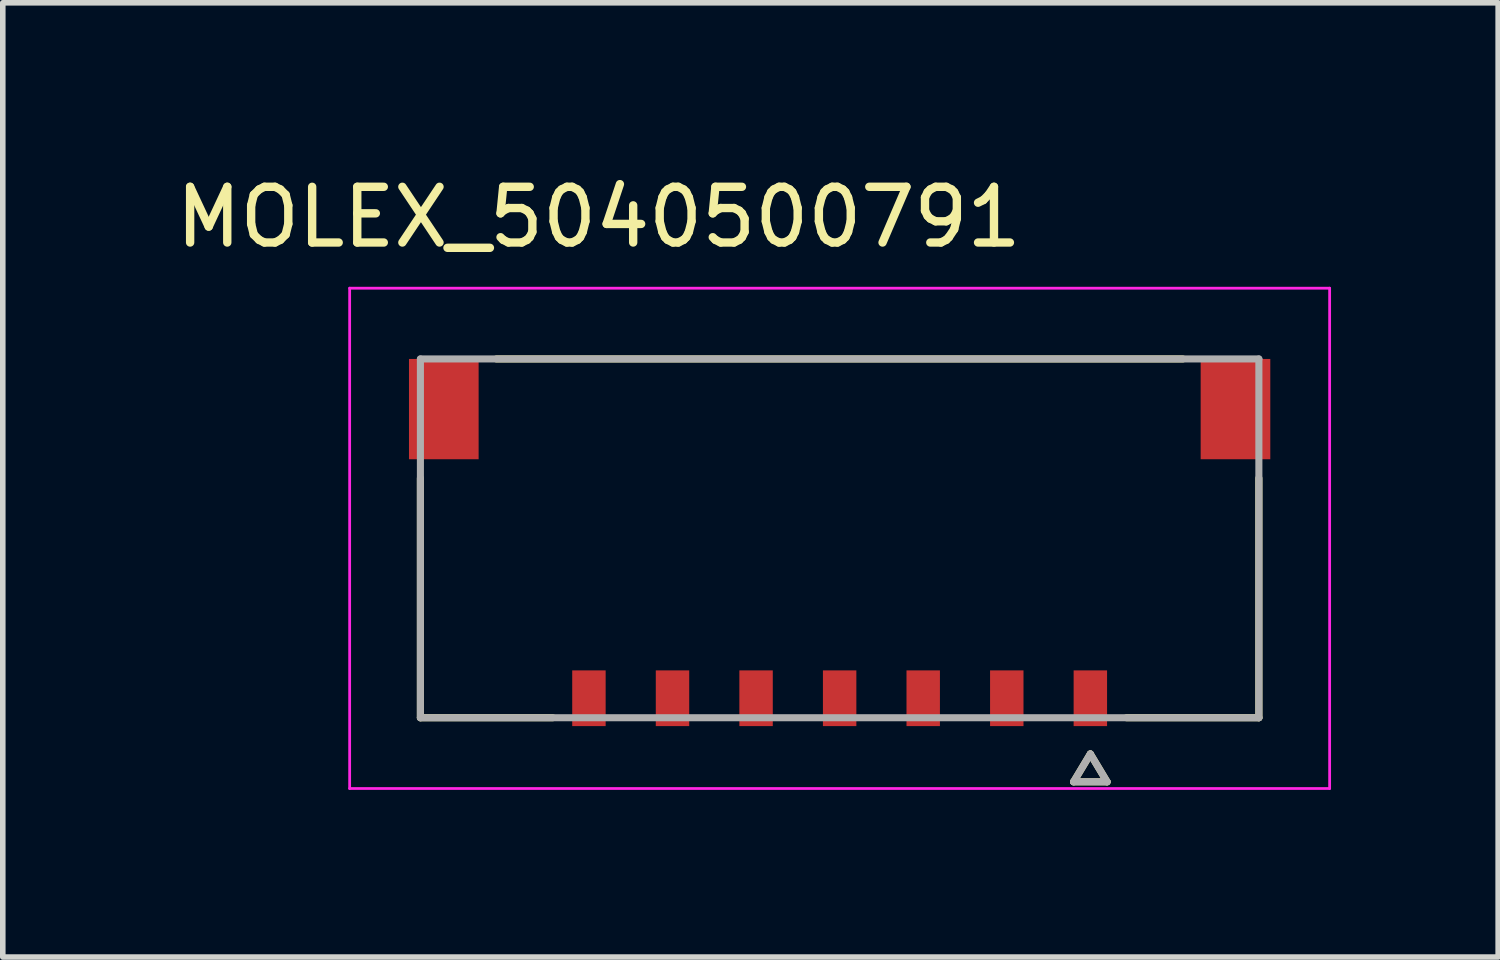
<source format=kicad_pcb>
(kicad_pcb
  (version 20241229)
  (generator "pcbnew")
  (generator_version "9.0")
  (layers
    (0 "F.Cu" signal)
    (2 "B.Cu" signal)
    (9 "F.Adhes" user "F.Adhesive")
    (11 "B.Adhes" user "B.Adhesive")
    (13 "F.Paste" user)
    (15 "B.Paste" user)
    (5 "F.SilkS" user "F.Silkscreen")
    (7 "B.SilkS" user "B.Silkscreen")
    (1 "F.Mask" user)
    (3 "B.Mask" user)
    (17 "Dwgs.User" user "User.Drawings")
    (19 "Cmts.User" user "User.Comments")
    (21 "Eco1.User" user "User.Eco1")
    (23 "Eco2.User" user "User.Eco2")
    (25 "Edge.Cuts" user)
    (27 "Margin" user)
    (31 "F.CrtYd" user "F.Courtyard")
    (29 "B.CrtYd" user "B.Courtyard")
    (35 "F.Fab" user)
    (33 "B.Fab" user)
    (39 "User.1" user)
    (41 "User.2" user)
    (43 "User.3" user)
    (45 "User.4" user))
  (footprint "MOLEX_5040500791"
    (layer "F.Cu")
    (at 12.021 6.613)
    (property "Reference" "MOLEX_5040500791" (at -4.325 -5.765 0) (layer "F.SilkS") (effects (font (size 1 1) (thickness 0.15))))
    (attr smd)
    (fp_poly (pts (xy -7.806 -3.296) (xy -6.404 -3.296) (xy -6.404 -1.344) (xy -7.806 -1.344)) (stroke (width 0.01) (type solid)) (fill yes) (layer "F.Mask"))
    (fp_poly (pts (xy -4.876 2.294) (xy -4.124 2.294) (xy -4.124 3.446) (xy -4.876 3.446)) (stroke (width 0.01) (type solid)) (fill yes) (layer "F.Mask"))
    (fp_poly (pts (xy -3.376 2.294) (xy -2.624 2.294) (xy -2.624 3.446) (xy -3.376 3.446)) (stroke (width 0.01) (type solid)) (fill yes) (layer "F.Mask"))
    (fp_poly (pts (xy -1.876 2.294) (xy -1.124 2.294) (xy -1.124 3.446) (xy -1.876 3.446)) (stroke (width 0.01) (type solid)) (fill yes) (layer "F.Mask"))
    (fp_poly (pts (xy -0.376 2.294) (xy 0.376 2.294) (xy 0.376 3.446) (xy -0.376 3.446)) (stroke (width 0.01) (type solid)) (fill yes) (layer "F.Mask"))
    (fp_poly (pts (xy 1.124 2.294) (xy 1.876 2.294) (xy 1.876 3.446) (xy 1.124 3.446)) (stroke (width 0.01) (type solid)) (fill yes) (layer "F.Mask"))
    (fp_poly (pts (xy 2.624 2.294) (xy 3.376 2.294) (xy 3.376 3.446) (xy 2.624 3.446)) (stroke (width 0.01) (type solid)) (fill yes) (layer "F.Mask"))
    (fp_poly (pts (xy 4.124 2.294) (xy 4.876 2.294) (xy 4.876 3.446) (xy 4.124 3.446)) (stroke (width 0.01) (type solid)) (fill yes) (layer "F.Mask"))
    (fp_poly (pts (xy 6.404 -3.296) (xy 7.806 -3.296) (xy 7.806 -1.344) (xy 6.404 -1.344)) (stroke (width 0.01) (type solid)) (fill yes) (layer "F.Mask"))
    (fp_line (start -7.525 3.22) (end -7.525 -1.08) (stroke (width 0.127) (type solid)) (layer "F.SilkS"))
    (fp_line (start -5.15 3.22) (end -7.525 3.22) (stroke (width 0.127) (type solid)) (layer "F.SilkS"))
    (fp_line (start 4.2 4.37) (end 4.5 3.87) (stroke (width 0.127) (type solid)) (layer "F.SilkS"))
    (fp_line (start 4.5 3.87) (end 4.8 4.37) (stroke (width 0.127) (type solid)) (layer "F.SilkS"))
    (fp_line (start 4.8 4.37) (end 4.2 4.37) (stroke (width 0.127) (type solid)) (layer "F.SilkS"))
    (fp_line (start 6.16 -3.22) (end -6.16 -3.22) (stroke (width 0.127) (type solid)) (layer "F.SilkS"))
    (fp_line (start 7.525 -1.08) (end 7.525 3.22) (stroke (width 0.127) (type solid)) (layer "F.SilkS"))
    (fp_line (start 7.525 3.22) (end 5.15 3.22) (stroke (width 0.127) (type solid)) (layer "F.SilkS"))
    (fp_line (start -8.795 -4.49) (end 8.795 -4.49) (stroke (width 0.05) (type solid)) (layer "F.CrtYd"))
    (fp_line (start -8.795 4.49) (end -8.795 -4.49) (stroke (width 0.05) (type solid)) (layer "F.CrtYd"))
    (fp_line (start -8.795 4.49) (end 8.795 4.49) (stroke (width 0.05) (type solid)) (layer "F.CrtYd"))
    (fp_line (start 8.795 -4.49) (end 8.795 4.49) (stroke (width 0.05) (type solid)) (layer "F.CrtYd"))
    (fp_line (start -7.525 -3.22) (end 7.525 -3.22) (stroke (width 0.127) (type solid)) (layer "F.Fab"))
    (fp_line (start -7.525 3.22) (end -7.525 -3.22) (stroke (width 0.127) (type solid)) (layer "F.Fab"))
    (fp_line (start 4.2 4.37) (end 4.5 3.87) (stroke (width 0.127) (type solid)) (layer "F.Fab"))
    (fp_line (start 4.5 3.87) (end 4.8 4.37) (stroke (width 0.127) (type solid)) (layer "F.Fab"))
    (fp_line (start 4.8 4.37) (end 4.2 4.37) (stroke (width 0.127) (type solid)) (layer "F.Fab"))
    (fp_line (start 7.525 -3.22) (end 7.525 3.22) (stroke (width 0.127) (type solid)) (layer "F.Fab"))
    (fp_line (start 7.525 3.22) (end -7.525 3.22) (stroke (width 0.127) (type solid)) (layer "F.Fab"))
    (pad "1" smd rect (at 4.5 2.87) (size 0.6 1) (layers "F.Cu" "F.Paste"))
    (pad "2" smd rect (at 3 2.87) (size 0.6 1) (layers "F.Cu" "F.Paste"))
    (pad "3" smd rect (at 1.5 2.87) (size 0.6 1) (layers "F.Cu" "F.Paste"))
    (pad "4" smd rect (at 0 2.87) (size 0.6 1) (layers "F.Cu" "F.Paste"))
    (pad "5" smd rect (at -1.5 2.87) (size 0.6 1) (layers "F.Cu" "F.Paste"))
    (pad "6" smd rect (at -3 2.87) (size 0.6 1) (layers "F.Cu" "F.Paste"))
    (pad "7" smd rect (at -4.5 2.87) (size 0.6 1) (layers "F.Cu" "F.Paste"))
    (pad "S1" smd rect (at 7.105 -2.32) (size 1.25 1.8) (layers "F.Cu" "F.Paste"))
    (pad "S2" smd rect (at -7.105 -2.32) (size 1.25 1.8) (layers "F.Cu" "F.Paste")))
  (gr_rect
    (start -3 -3)
    (end 23.841 14.128)
    (stroke (width 0.1) (type default))
    (fill no)
    (layer "Edge.Cuts")))
</source>
